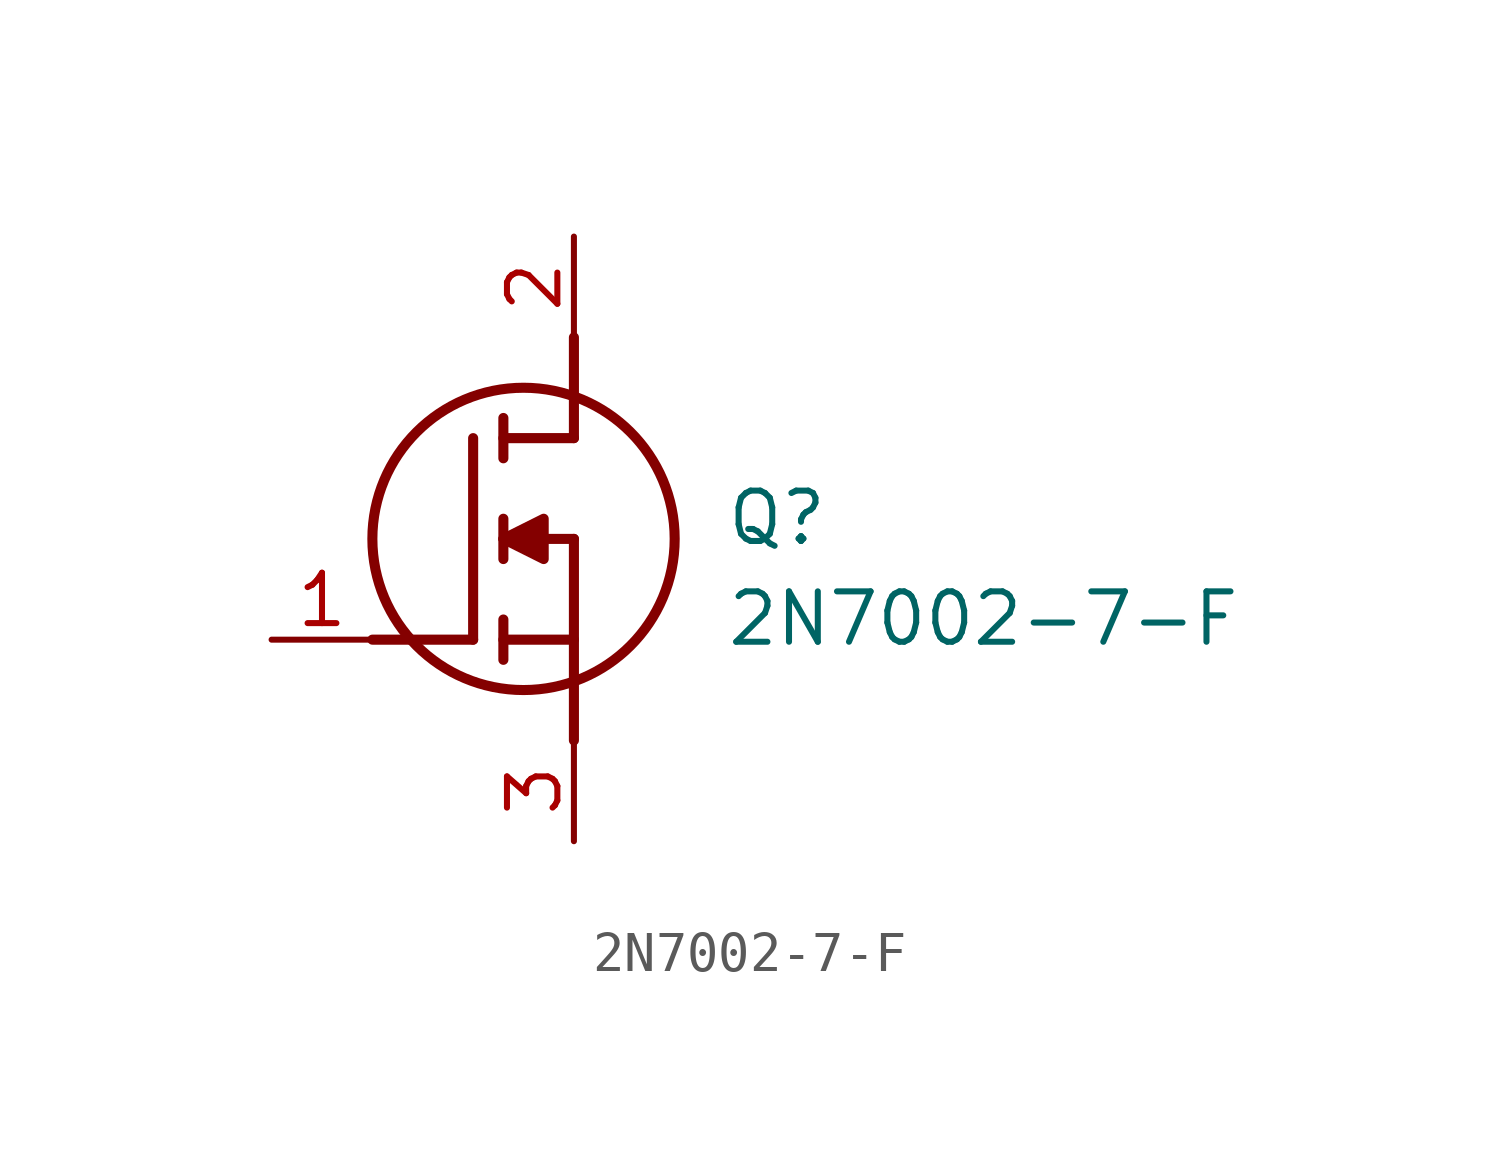
<source format=kicad_sym>
(kicad_symbol_lib
  (version 20220914)
  (generator kicad_symbol_editor)
  (symbol "2N7002-7-F"
    (pin_names hide)
    (property "Reference" "Q"
      (at 11.43 3.81 0)
      (effects (font (size 1.27 1.27)) (justify left top)))
    (property "Value" "2N7002-7-F"
      (at 11.43 1.27 0)
      (effects (font (size 1.27 1.27)) (justify left top)))
    (symbol "2N7002-7-F_1_1"
      (polyline (pts (xy 2.54 0) (xy 5.08 0)) (stroke (width 0.254) (type default)) (fill (type none)))
      (polyline (pts (xy 5.08 5.08) (xy 5.08 0)) (stroke (width 0.254) (type default)) (fill (type none)))
      (polyline (pts (xy 5.842 -0.508) (xy 5.842 0.508)) (stroke (width 0.254) (type default)) (fill (type none)))
      (polyline (pts (xy 5.842 0) (xy 7.62 0)) (stroke (width 0.254) (type default)) (fill (type none)))
      (polyline (pts (xy 5.842 2.032) (xy 5.842 3.048)) (stroke (width 0.254) (type default)) (fill (type none)))
      (polyline (pts (xy 5.842 5.588) (xy 5.842 4.572)) (stroke (width 0.254) (type default)) (fill (type none)))
      (polyline (pts (xy 7.62 2.54) (xy 5.842 2.54)) (stroke (width 0.254) (type default)) (fill (type none)))
      (polyline (pts (xy 7.62 2.54) (xy 7.62 -2.54)) (stroke (width 0.254) (type default)) (fill (type none)))
      (polyline (pts (xy 7.62 5.08) (xy 5.842 5.08)) (stroke (width 0.254) (type default)) (fill (type none)))
      (polyline (pts (xy 7.62 5.08) (xy 7.62 7.62)) (stroke (width 0.254) (type default)) (fill (type none)))
      (polyline (pts (xy 5.842 2.54) (xy 6.858 3.048) (xy 6.858 2.032) (xy 5.842 2.54)) (stroke (width 0.254) (type default)) (fill (type outline)))
      (circle (center 6.35 2.54) (radius 3.81) (stroke (width 0.254) (type default)) (fill (type none)))
      (pin passive line (at 0 0 0) (length 2.54) (name "G" (effects (font (size 1.27 1.27)))) (number "1" (effects (font (size 1.27 1.27)))))
      (pin passive line (at 7.62 10.16 270) (length 2.54) (name "D" (effects (font (size 1.27 1.27)))) (number "2" (effects (font (size 1.27 1.27)))))
      (pin passive line (at 7.62 -5.08 90) (length 2.54) (name "S" (effects (font (size 1.27 1.27)))) (number "3" (effects (font (size 1.27 1.27))))))))
</source>
